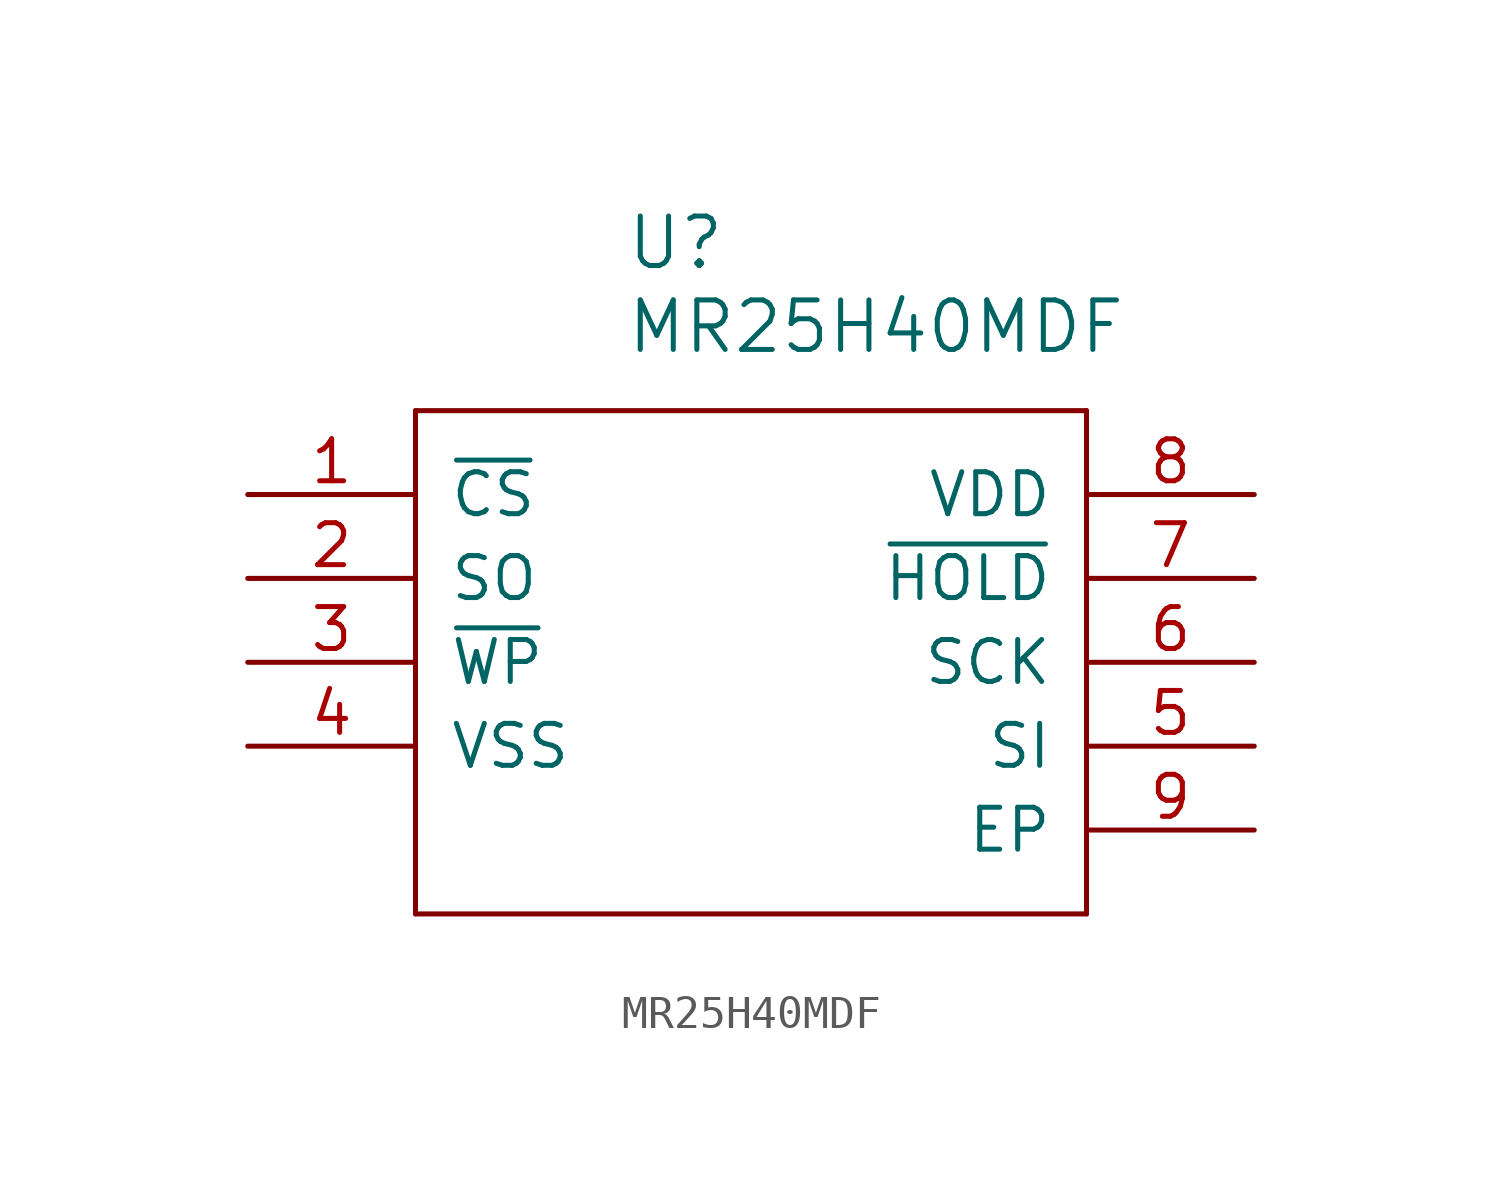
<source format=kicad_sym>
(kicad_symbol_lib
  (version 20231120)
  (generator "kicad_symbol_editor")
  (generator_version "8.0")
  (symbol "MR25H40MDF"
    (pin_names
      (offset 1.016))
    (property "Reference" "U"
      (at 11.43 7.62 0)
      (effects (font (size 1.499 1.499)) (justify left)))
    (property "Value" "MR25H40MDF"
      (at 11.43 5.08 0)
      (effects (font (size 1.499 1.499)) (justify left)))
    (property "ki_locked" ""
      (at 0 0 0)
      (effects (font (size 1.27 1.27))))
    (symbol "MR25H40MDF_1_0"
      (polyline (pts (xy 5.08 2.54) (xy 5.08 -12.7)) (stroke (width 0) (type solid)) (fill (type none)))
      (polyline (pts (xy 5.08 2.54) (xy 25.4 2.54)) (stroke (width 0) (type solid)) (fill (type none)))
      (polyline (pts (xy 25.4 -12.7) (xy 5.08 -12.7)) (stroke (width 0) (type solid)) (fill (type none)))
      (polyline (pts (xy 25.4 -12.7) (xy 25.4 2.54)) (stroke (width 0) (type solid)) (fill (type none)))
      (pin bidirectional line (at 0 0 0) (length 5.08) (name "~{CS}" (effects (font (size 1.27 1.27)))) (number "1" (effects (font (size 1.27 1.27)))))
      (pin bidirectional line (at 0 -2.54 0) (length 5.08) (name "SO" (effects (font (size 1.27 1.27)))) (number "2" (effects (font (size 1.27 1.27)))))
      (pin bidirectional line (at 0 -5.08 0) (length 5.08) (name "~{WP}" (effects (font (size 1.27 1.27)))) (number "3" (effects (font (size 1.27 1.27)))))
      (pin bidirectional line (at 0 -7.62 0) (length 5.08) (name "VSS" (effects (font (size 1.27 1.27)))) (number "4" (effects (font (size 1.27 1.27)))))
      (pin bidirectional line (at 30.48 -7.62 180) (length 5.08) (name "SI" (effects (font (size 1.27 1.27)))) (number "5" (effects (font (size 1.27 1.27)))))
      (pin bidirectional line (at 30.48 -5.08 180) (length 5.08) (name "SCK" (effects (font (size 1.27 1.27)))) (number "6" (effects (font (size 1.27 1.27)))))
      (pin bidirectional line (at 30.48 -2.54 180) (length 5.08) (name "~{HOLD}" (effects (font (size 1.27 1.27)))) (number "7" (effects (font (size 1.27 1.27)))))
      (pin bidirectional line (at 30.48 0 180) (length 5.08) (name "VDD" (effects (font (size 1.27 1.27)))) (number "8" (effects (font (size 1.27 1.27)))))
      (pin bidirectional line (at 30.48 -10.16 180) (length 5.08) (name "EP" (effects (font (size 1.27 1.27)))) (number "9" (effects (font (size 1.27 1.27))))))))
</source>
